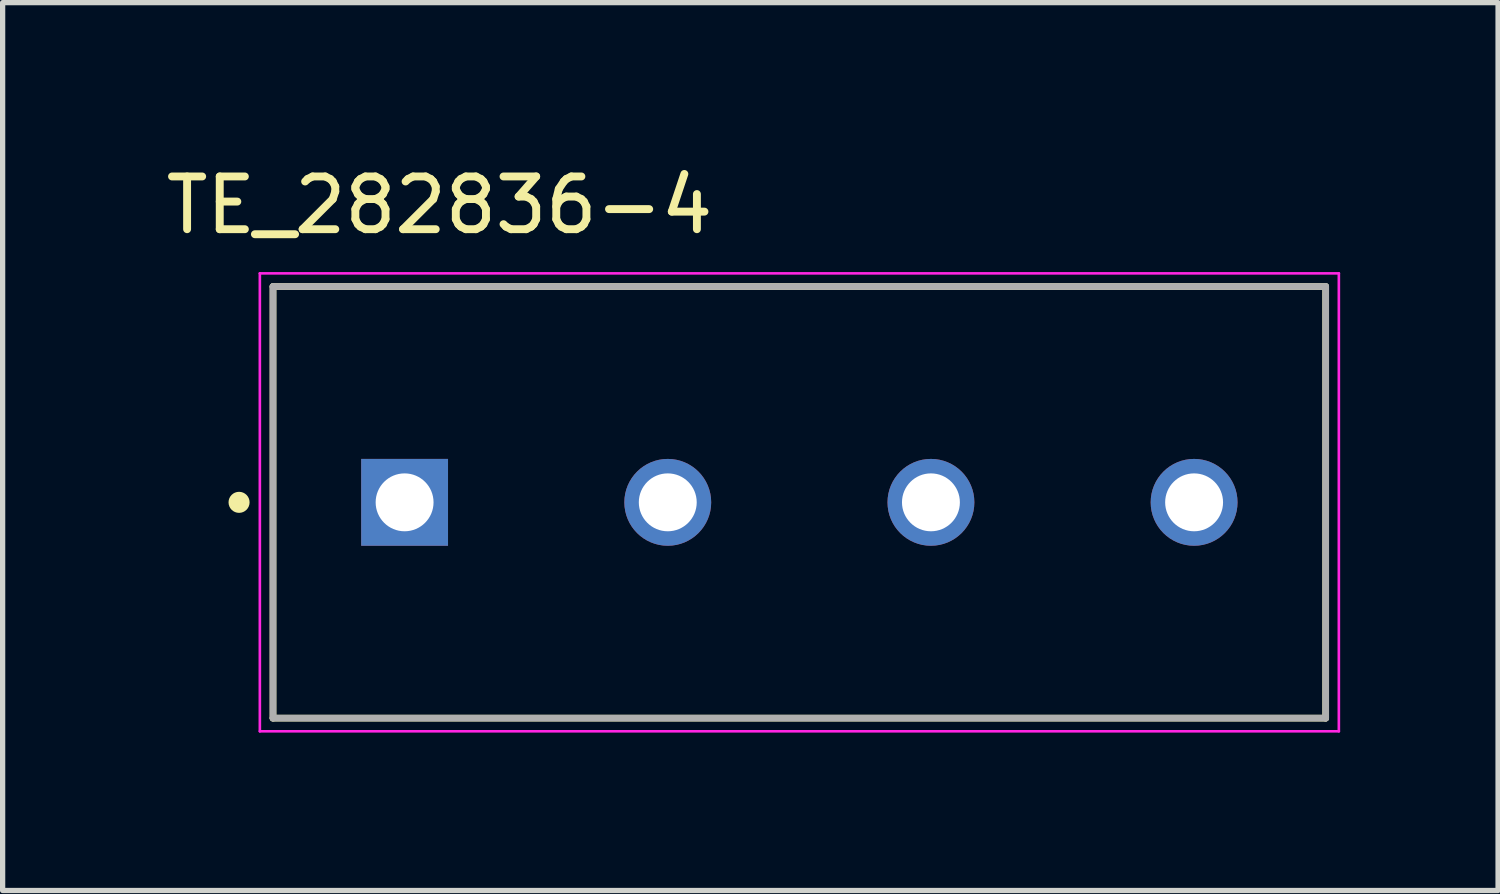
<source format=kicad_pcb>
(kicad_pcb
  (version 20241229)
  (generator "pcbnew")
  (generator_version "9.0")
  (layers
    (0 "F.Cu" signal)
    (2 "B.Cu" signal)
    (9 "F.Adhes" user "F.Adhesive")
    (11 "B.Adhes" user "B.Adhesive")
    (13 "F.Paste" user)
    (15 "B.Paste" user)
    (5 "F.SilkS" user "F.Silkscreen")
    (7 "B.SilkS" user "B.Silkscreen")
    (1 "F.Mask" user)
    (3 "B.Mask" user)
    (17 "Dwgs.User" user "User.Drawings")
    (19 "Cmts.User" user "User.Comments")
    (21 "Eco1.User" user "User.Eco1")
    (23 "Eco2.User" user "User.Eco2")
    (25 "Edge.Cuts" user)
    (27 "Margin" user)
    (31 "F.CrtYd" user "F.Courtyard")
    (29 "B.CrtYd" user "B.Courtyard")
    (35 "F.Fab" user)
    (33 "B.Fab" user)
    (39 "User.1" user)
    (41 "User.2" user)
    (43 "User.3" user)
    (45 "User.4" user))
  (footprint "TE_282836-4"
    (layer "F.Cu")
    (at 12.137 6.494)
    (property "Reference" "TE_282836-4" (at -6.837 -5.645 0) (layer "F.SilkS") (effects (font (size 1.002 1.002) (thickness 0.15))))
    (attr through_hole)
    (fp_line (start -10 -4.1) (end -10 4.1) (stroke (width 0.127) (type solid)) (layer "F.SilkS"))
    (fp_line (start -10 4.1) (end 10 4.1) (stroke (width 0.127) (type solid)) (layer "F.SilkS"))
    (fp_line (start 10 -4.1) (end -10 -4.1) (stroke (width 0.127) (type solid)) (layer "F.SilkS"))
    (fp_line (start 10 4.1) (end 10 -4.1) (stroke (width 0.127) (type solid)) (layer "F.SilkS"))
    (fp_circle (center -10.645 0) (end -10.545 0) (stroke (width 0.2) (type solid)) (fill no) (layer "F.SilkS"))
    (fp_line (start -10.25 -4.35) (end 10.25 -4.35) (stroke (width 0.05) (type solid)) (layer "F.CrtYd"))
    (fp_line (start -10.25 4.35) (end -10.25 -4.35) (stroke (width 0.05) (type solid)) (layer "F.CrtYd"))
    (fp_line (start 10.25 -4.35) (end 10.25 4.35) (stroke (width 0.05) (type solid)) (layer "F.CrtYd"))
    (fp_line (start 10.25 4.35) (end -10.25 4.35) (stroke (width 0.05) (type solid)) (layer "F.CrtYd"))
    (fp_line (start -10 -4.1) (end -10 4.1) (stroke (width 0.127) (type solid)) (layer "F.Fab"))
    (fp_line (start -10 4.1) (end 10 4.1) (stroke (width 0.127) (type solid)) (layer "F.Fab"))
    (fp_line (start 10 -4.1) (end -10 -4.1) (stroke (width 0.127) (type solid)) (layer "F.Fab"))
    (fp_line (start 10 4.1) (end 10 -4.1) (stroke (width 0.127) (type solid)) (layer "F.Fab"))
    (pad "1" thru_hole rect (at -7.5 0) (size 1.65 1.65) (drill 1.1) (layers "*.Cu" "*.Mask"))
    (pad "2" thru_hole circle (at -2.5 0) (size 1.65 1.65) (drill 1.1) (layers "*.Cu" "*.Mask"))
    (pad "3" thru_hole circle (at 2.5 0) (size 1.65 1.65) (drill 1.1) (layers "*.Cu" "*.Mask"))
    (pad "4" thru_hole circle (at 7.5 0) (size 1.65 1.65) (drill 1.1) (layers "*.Cu" "*.Mask")))
  (gr_rect
    (start -3 -3)
    (end 25.412 13.869)
    (stroke (width 0.1) (type default))
    (fill no)
    (layer "Edge.Cuts")))
</source>
